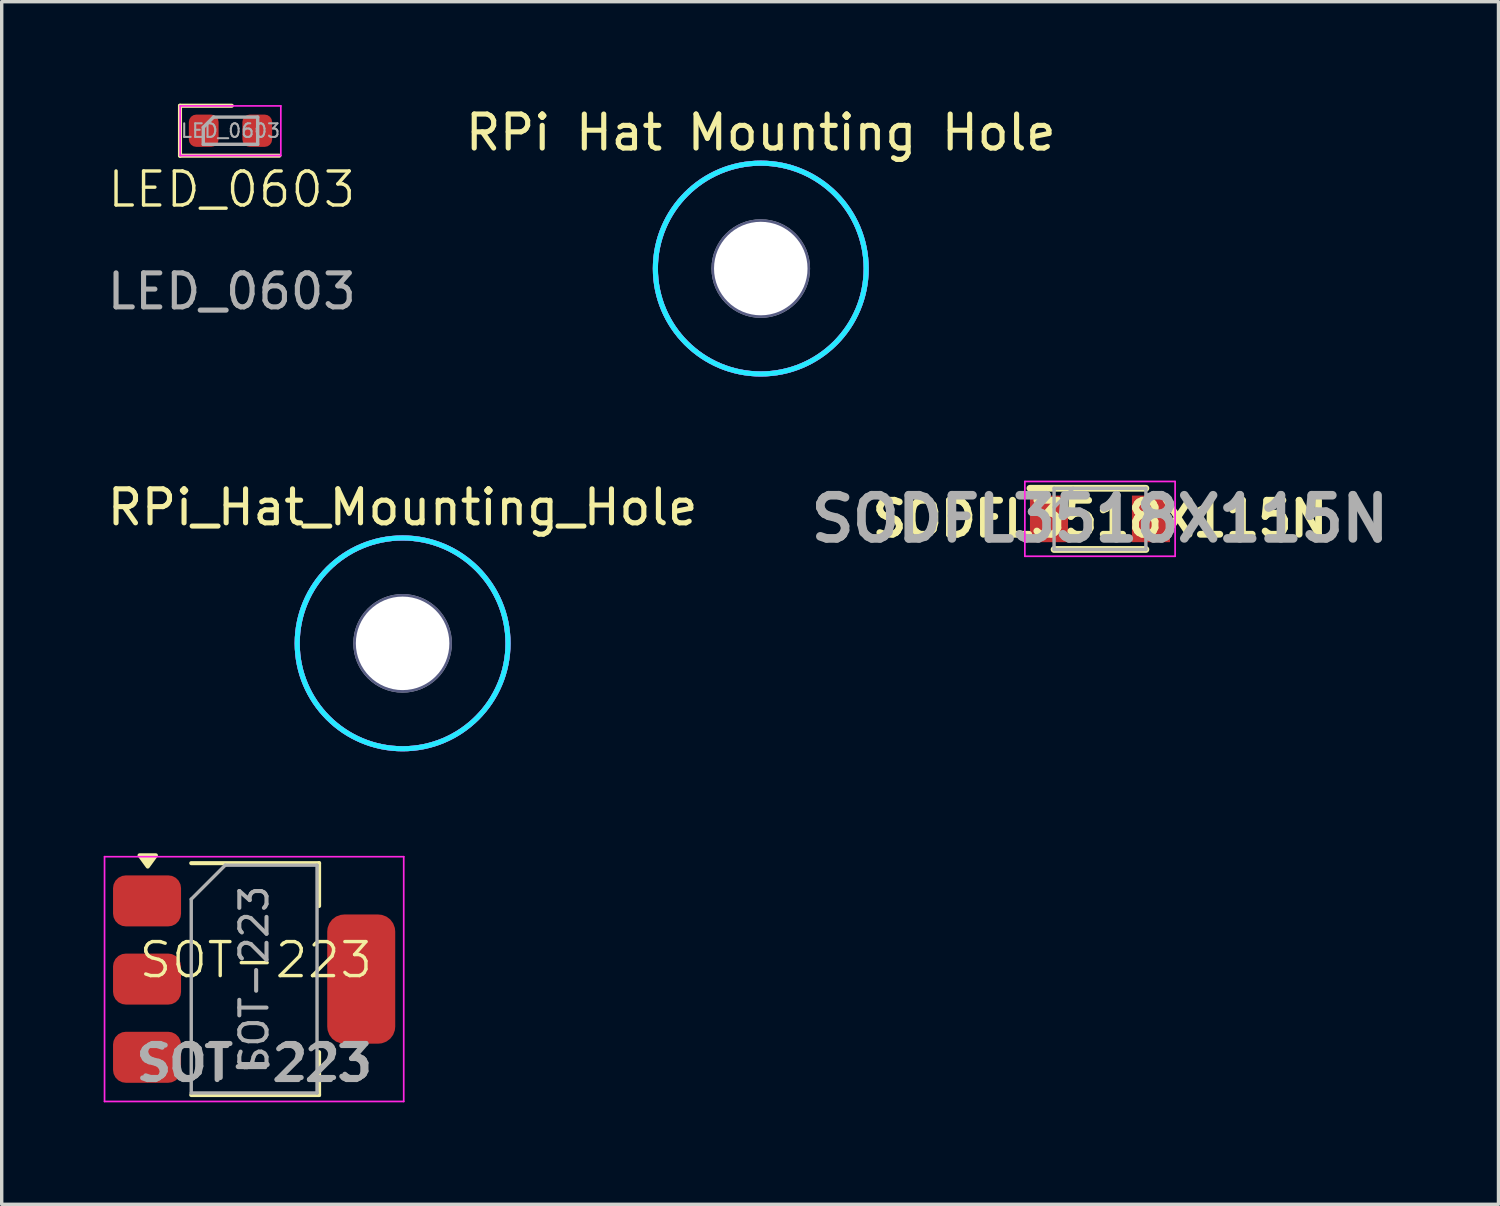
<source format=kicad_pcb>
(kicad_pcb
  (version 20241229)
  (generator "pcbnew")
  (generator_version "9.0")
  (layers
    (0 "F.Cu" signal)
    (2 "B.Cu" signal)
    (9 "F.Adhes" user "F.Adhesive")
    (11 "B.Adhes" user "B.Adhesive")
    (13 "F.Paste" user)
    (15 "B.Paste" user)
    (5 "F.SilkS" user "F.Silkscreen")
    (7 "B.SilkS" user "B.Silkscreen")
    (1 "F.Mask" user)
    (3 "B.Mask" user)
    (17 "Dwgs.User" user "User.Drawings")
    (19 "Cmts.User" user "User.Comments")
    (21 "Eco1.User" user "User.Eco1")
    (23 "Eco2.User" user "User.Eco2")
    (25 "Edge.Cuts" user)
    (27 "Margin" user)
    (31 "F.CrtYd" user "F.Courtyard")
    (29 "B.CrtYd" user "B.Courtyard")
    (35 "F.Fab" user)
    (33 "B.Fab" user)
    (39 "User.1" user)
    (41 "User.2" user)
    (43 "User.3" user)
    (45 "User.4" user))
  (footprint "SODFL3518X115N"
    (layer "F.Cu")
    (at 29.304 12.212)
    (property "Reference" "SODFL3518X115N" (at 0 0 0) (layer "F.SilkS") (effects (font (size 1 1) (thickness 0.2) (bold yes))))
    (attr smd)
    (fp_line (start -2.06 -0.9) (end 1.35 -0.9) (stroke (width 0.2) (type solid)) (layer "F.SilkS"))
    (fp_line (start -1.35 0.9) (end 1.35 0.9) (stroke (width 0.2) (type solid)) (layer "F.SilkS"))
    (fp_line (start -2.21 -1.1) (end 2.21 -1.1) (stroke (width 0.05) (type solid)) (layer "F.CrtYd"))
    (fp_line (start -2.21 1.1) (end -2.21 -1.1) (stroke (width 0.05) (type solid)) (layer "F.CrtYd"))
    (fp_line (start 2.21 -1.1) (end 2.21 1.1) (stroke (width 0.05) (type solid)) (layer "F.CrtYd"))
    (fp_line (start 2.21 1.1) (end -2.21 1.1) (stroke (width 0.05) (type solid)) (layer "F.CrtYd"))
    (fp_line (start -1.35 -0.9) (end 1.35 -0.9) (stroke (width 0.1) (type solid)) (layer "F.Fab"))
    (fp_line (start -1.35 -0.34) (end -0.79 -0.9) (stroke (width 0.1) (type solid)) (layer "F.Fab"))
    (fp_line (start -1.35 0.9) (end -1.35 -0.9) (stroke (width 0.1) (type solid)) (layer "F.Fab"))
    (fp_line (start 1.35 -0.9) (end 1.35 0.9) (stroke (width 0.1) (type solid)) (layer "F.Fab"))
    (fp_line (start 1.35 0.9) (end -1.35 0.9) (stroke (width 0.1) (type solid)) (layer "F.Fab"))
    (fp_text user "${REFERENCE}" (at 0 0 0) (layer "F.Fab") (effects (font (size 1.27 1.27) (thickness 0.254))))
    (pad "1" smd rect (at -1.5 0) (size 1.12 1.37) (layers "F.Cu" "F.Mask" "F.Paste"))
    (pad "2" smd rect (at 1.5 0) (size 1.12 1.37) (layers "F.Cu" "F.Mask" "F.Paste")))
  (footprint "LED_0603"
    (layer "F.Cu")
    (at 3.768 0.822)
    (property "Reference" "LED_0603" (at 0 1.699 0) (unlocked yes) (layer "F.SilkS") (effects (font (size 1 1) (thickness 0.1))))
    (attr smd)
    (fp_line (start -1.524 -0.762) (end -1.524 0.708) (stroke (width 0.12) (type solid)) (layer "F.SilkS"))
    (fp_line (start -1.524 0.708) (end 1.397 0.708) (stroke (width 0.12) (type solid)) (layer "F.SilkS"))
    (fp_line (start 0 -0.762) (end -1.524 -0.762) (stroke (width 0.12) (type solid)) (layer "F.SilkS"))
    (fp_line (start -1.518 -0.757) (end 1.442 -0.757) (stroke (width 0.05) (type solid)) (layer "F.CrtYd"))
    (fp_line (start -1.518 0.703) (end -1.518 -0.757) (stroke (width 0.05) (type solid)) (layer "F.CrtYd"))
    (fp_line (start 1.442 -0.757) (end 1.442 0.703) (stroke (width 0.05) (type solid)) (layer "F.CrtYd"))
    (fp_line (start 1.442 0.703) (end -1.518 0.703) (stroke (width 0.05) (type solid)) (layer "F.CrtYd"))
    (fp_line (start -0.839 -0.127) (end -0.839 0.373) (stroke (width 0.1) (type solid)) (layer "F.Fab"))
    (fp_line (start -0.839 0.373) (end 0.761 0.373) (stroke (width 0.1) (type solid)) (layer "F.Fab"))
    (fp_line (start -0.538 -0.427) (end -0.839 -0.127) (stroke (width 0.1) (type solid)) (layer "F.Fab"))
    (fp_line (start 0.761 -0.427) (end -0.538 -0.427) (stroke (width 0.1) (type solid)) (layer "F.Fab"))
    (fp_line (start 0.761 0.373) (end 0.761 -0.427) (stroke (width 0.1) (type solid)) (layer "F.Fab"))
    (fp_text user "${REFERENCE}" (at -0.038 -0.027 0) (layer "F.Fab") (effects (font (size 0.4 0.4) (thickness 0.06))))
    (fp_text user "${REFERENCE}" (at 0 4.699 0) (unlocked yes) (layer "F.Fab") (effects (font (size 1 1) (thickness 0.15))))
    (pad "1" smd roundrect (at -0.826 -0.027) (size 0.875 0.95) (layers "F.Cu" "F.Mask" "F.Paste") (roundrect_rratio 0.25))
    (pad "2" smd roundrect (at 0.749 -0.027) (size 0.875 0.95) (layers "F.Cu" "F.Mask" "F.Paste") (roundrect_rratio 0.25)))
  (footprint "RPi_Hat_Mounting_Hole"
    (layer "F.Cu")
    (at 8.792 15.873)
    (property "Reference" "RPi_Hat_Mounting_Hole" (at 0 -4 0) (layer "F.SilkS") (effects (font (size 1 1) (thickness 0.15))))
    (attr through_hole)
    (fp_circle (center 0 0) (end 3.1 0) (stroke (width 0.15) (type solid)) (fill no) (layer "B.CrtYd"))
    (fp_circle (center 0 0) (end 3.1 0) (stroke (width 0.15) (type solid)) (fill no) (layer "F.CrtYd"))
    (fp_circle (center 0 0) (end 1.375 0) (stroke (width 0.15) (type solid)) (fill no) (layer "B.Fab"))
    (fp_circle (center 0 0) (end 3.1 0) (stroke (width 0.15) (type solid)) (fill no) (layer "B.Fab"))
    (fp_circle (center 0 0) (end 1.375 0) (stroke (width 0.15) (type solid)) (fill no) (layer "F.Fab"))
    (fp_circle (center 0 0) (end 3.1 0) (stroke (width 0.15) (type solid)) (fill no) (layer "F.Fab"))
    (pad "" np_thru_hole circle (at 0 0) (size 2.75 2.75) (drill 2.75) (layers "*.Cu" "*.Mask")))
  (footprint "RPi Hat Mounting Hole"
    (layer "F.Cu")
    (at 19.327 4.849)
    (property "Reference" "RPi Hat Mounting Hole" (at 0 -4 0) (layer "F.SilkS") (effects (font (size 1 1) (thickness 0.15))))
    (attr through_hole)
    (fp_circle (center 0 0) (end 3.1 0) (stroke (width 0.15) (type solid)) (fill no) (layer "B.CrtYd"))
    (fp_circle (center 0 0) (end 3.1 0) (stroke (width 0.15) (type solid)) (fill no) (layer "F.CrtYd"))
    (fp_circle (center 0 0) (end 1.375 0) (stroke (width 0.15) (type solid)) (fill no) (layer "B.Fab"))
    (fp_circle (center 0 0) (end 3.1 0) (stroke (width 0.15) (type solid)) (fill no) (layer "B.Fab"))
    (fp_circle (center 0 0) (end 1.375 0) (stroke (width 0.15) (type solid)) (fill no) (layer "F.Fab"))
    (fp_circle (center 0 0) (end 3.1 0) (stroke (width 0.15) (type solid)) (fill no) (layer "F.Fab"))
    (pad "" np_thru_hole circle (at 0 0) (size 2.75 2.75) (drill 2.75) (layers "*.Cu" "*.Mask")))
  (footprint "SOT-223"
    (layer "F.Cu")
    (at 4.475 25.688)
    (property "Reference" "SOT-223" (at 0 -0.5 0) (unlocked yes) (layer "F.SilkS") (effects (font (size 1 1) (thickness 0.1))))
    (attr smd)
    (fp_line (start -1.9 -3.35) (end 1.86 -3.35) (stroke (width 0.12) (type solid)) (layer "F.SilkS"))
    (fp_line (start -1.9 3.47) (end 1.86 3.47) (stroke (width 0.12) (type solid)) (layer "F.SilkS"))
    (fp_line (start 1.86 -3.35) (end 1.86 -2.09) (stroke (width 0.12) (type solid)) (layer "F.SilkS"))
    (fp_line (start 1.86 3.47) (end 1.86 2.21) (stroke (width 0.12) (type solid)) (layer "F.SilkS"))
    (fp_poly (pts (xy -3.18 -3.25) (xy -3.42 -3.58) (xy -2.94 -3.58) (xy -3.18 -3.25)) (stroke (width 0.12) (type solid)) (fill yes) (layer "F.SilkS"))
    (fp_line (start -4.45 -3.54) (end -4.45 3.66) (stroke (width 0.05) (type solid)) (layer "F.CrtYd"))
    (fp_line (start -4.45 3.66) (end 4.35 3.66) (stroke (width 0.05) (type solid)) (layer "F.CrtYd"))
    (fp_line (start 4.35 -3.54) (end -4.45 -3.54) (stroke (width 0.05) (type solid)) (layer "F.CrtYd"))
    (fp_line (start 4.35 3.66) (end 4.35 -3.54) (stroke (width 0.05) (type solid)) (layer "F.CrtYd"))
    (fp_line (start -1.9 -2.29) (end -1.9 3.41) (stroke (width 0.1) (type solid)) (layer "F.Fab"))
    (fp_line (start -1.9 -2.29) (end -0.9 -3.29) (stroke (width 0.1) (type solid)) (layer "F.Fab"))
    (fp_line (start -1.9 3.41) (end 1.8 3.41) (stroke (width 0.1) (type solid)) (layer "F.Fab"))
    (fp_line (start -0.9 -3.29) (end 1.8 -3.29) (stroke (width 0.1) (type solid)) (layer "F.Fab"))
    (fp_line (start 1.8 -3.29) (end 1.8 3.41) (stroke (width 0.1) (type solid)) (layer "F.Fab"))
    (fp_text user "${REFERENCE}" (at 0 2.5 0) (unlocked yes) (layer "F.Fab") (effects (font (size 1 1) (thickness 0.15))))
    (fp_text user "${REFERENCE}" (at -0.09 2.56 0) (unlocked yes) (layer "F.Fab") (effects (font (size 1 1) (thickness 0.15))))
    (fp_text user "${REFERENCE}" (at -0.05 0.06 90) (layer "F.Fab") (effects (font (size 0.8 0.8) (thickness 0.12))))
    (pad "1" smd roundrect (at -3.2 -2.24) (size 2 1.5) (layers "F.Cu" "F.Mask" "F.Paste") (roundrect_rratio 0.25))
    (pad "2" smd roundrect (at -3.2 0.06) (size 2 1.5) (layers "F.Cu" "F.Mask" "F.Paste") (roundrect_rratio 0.25))
    (pad "2" smd roundrect (at 3.1 0.06) (size 2 3.8) (layers "F.Cu" "F.Mask" "F.Paste") (roundrect_rratio 0.25))
    (pad "3" smd roundrect (at -3.2 2.36) (size 2 1.5) (layers "F.Cu" "F.Mask" "F.Paste") (roundrect_rratio 0.25)))
  (gr_rect
    (start -3 -3)
    (end 41.025 32.373)
    (stroke (width 0.1) (type default))
    (fill no)
    (layer "Edge.Cuts")))
</source>
